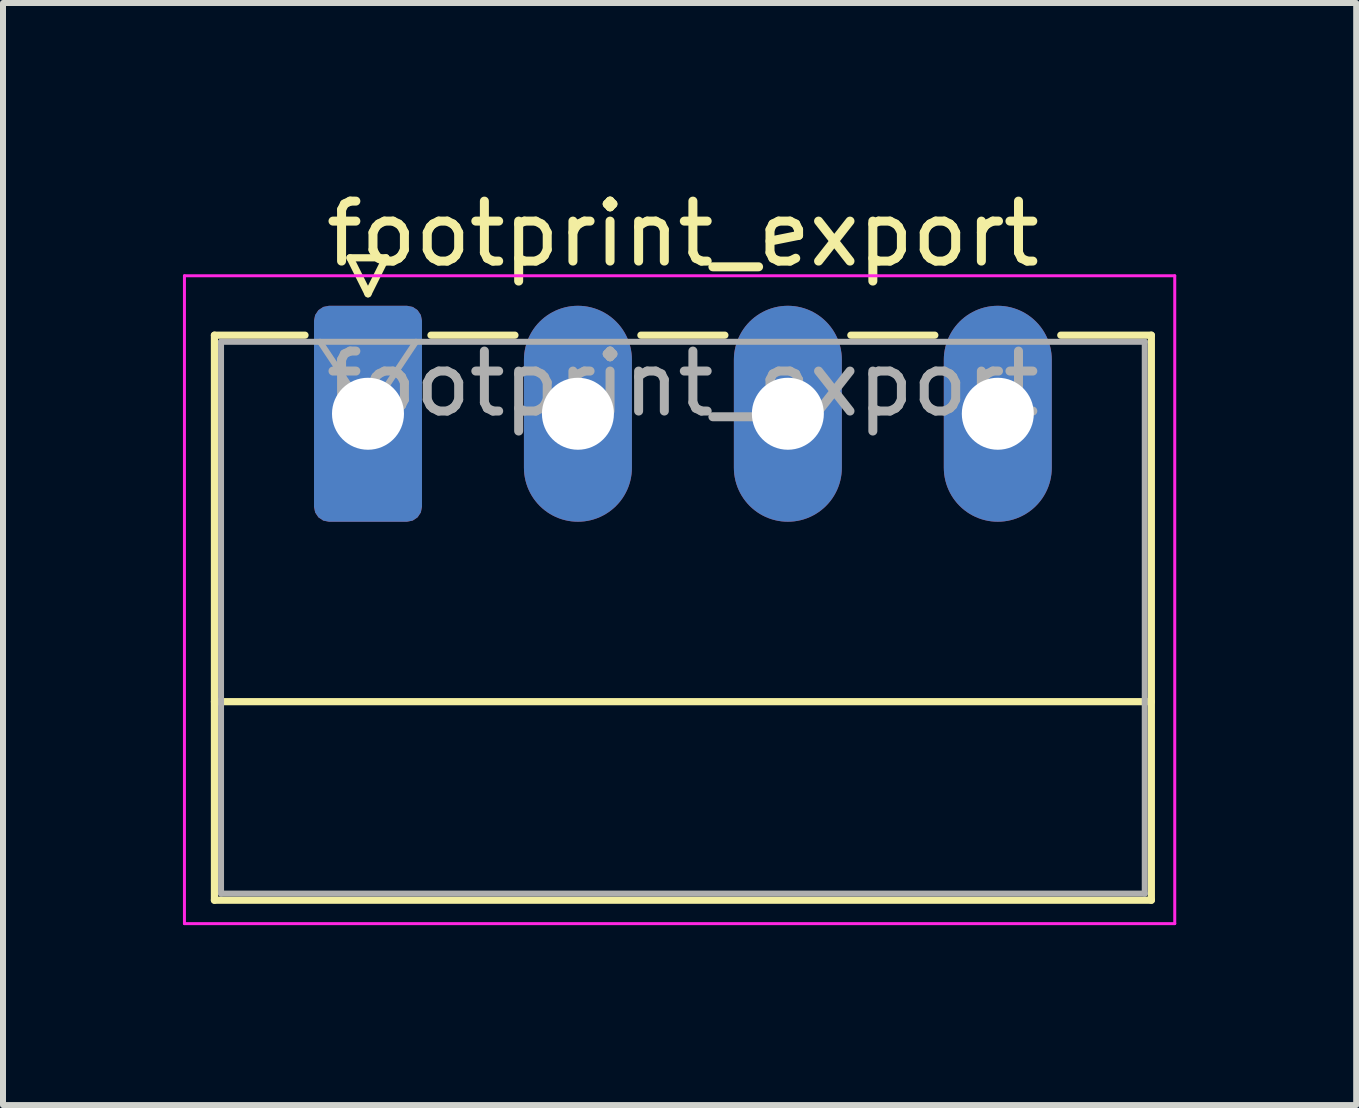
<source format=kicad_pcb>
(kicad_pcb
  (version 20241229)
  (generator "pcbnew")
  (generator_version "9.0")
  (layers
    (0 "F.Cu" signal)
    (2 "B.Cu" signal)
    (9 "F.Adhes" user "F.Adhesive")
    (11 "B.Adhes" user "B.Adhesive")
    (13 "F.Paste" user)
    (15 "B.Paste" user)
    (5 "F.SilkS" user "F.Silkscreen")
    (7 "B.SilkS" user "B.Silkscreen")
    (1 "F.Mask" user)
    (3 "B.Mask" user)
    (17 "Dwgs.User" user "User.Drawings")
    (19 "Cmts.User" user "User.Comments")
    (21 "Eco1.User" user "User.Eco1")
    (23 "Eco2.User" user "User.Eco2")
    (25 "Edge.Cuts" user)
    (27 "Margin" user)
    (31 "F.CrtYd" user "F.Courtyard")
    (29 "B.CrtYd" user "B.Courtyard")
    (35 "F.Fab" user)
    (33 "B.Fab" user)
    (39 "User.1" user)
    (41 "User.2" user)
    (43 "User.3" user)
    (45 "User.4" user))
  (footprint "footprint_export"
    (layer "F.Cu")
    (at 3.085 3.848)
    (property "Reference" "footprint_export" (at 5.25 -3 0) (layer "F.SilkS") (effects (font (size 1 1) (thickness 0.15))))
    (attr through_hole)
    (fp_line (start -2.56 -1.31) (end -2.56 8.11) (stroke (width 0.12) (type solid)) (layer "F.SilkS"))
    (fp_line (start -2.56 -1.31) (end -1.05 -1.31) (stroke (width 0.12) (type solid)) (layer "F.SilkS"))
    (fp_line (start -2.56 4.8) (end 13.06 4.8) (stroke (width 0.12) (type solid)) (layer "F.SilkS"))
    (fp_line (start -2.56 8.11) (end 13.06 8.11) (stroke (width 0.12) (type solid)) (layer "F.SilkS"))
    (fp_line (start -0.3 -2.6) (end 0.3 -2.6) (stroke (width 0.12) (type solid)) (layer "F.SilkS"))
    (fp_line (start 0 -2) (end -0.3 -2.6) (stroke (width 0.12) (type solid)) (layer "F.SilkS"))
    (fp_line (start 0.3 -2.6) (end 0 -2) (stroke (width 0.12) (type solid)) (layer "F.SilkS"))
    (fp_line (start 1.05 -1.31) (end 2.45 -1.31) (stroke (width 0.12) (type solid)) (layer "F.SilkS"))
    (fp_line (start 4.55 -1.31) (end 5.95 -1.31) (stroke (width 0.12) (type solid)) (layer "F.SilkS"))
    (fp_line (start 8.05 -1.31) (end 9.45 -1.31) (stroke (width 0.12) (type solid)) (layer "F.SilkS"))
    (fp_line (start 13.06 -1.31) (end 11.55 -1.31) (stroke (width 0.12) (type solid)) (layer "F.SilkS"))
    (fp_line (start 13.06 8.11) (end 13.06 -1.31) (stroke (width 0.12) (type solid)) (layer "F.SilkS"))
    (fp_line (start -3.06 -2.3) (end -3.06 8.5) (stroke (width 0.05) (type solid)) (layer "F.CrtYd"))
    (fp_line (start -3.06 8.5) (end 13.45 8.5) (stroke (width 0.05) (type solid)) (layer "F.CrtYd"))
    (fp_line (start 13.45 -2.3) (end -3.06 -2.3) (stroke (width 0.05) (type solid)) (layer "F.CrtYd"))
    (fp_line (start 13.45 8.5) (end 13.45 -2.3) (stroke (width 0.05) (type solid)) (layer "F.CrtYd"))
    (fp_line (start -2.45 -1.2) (end -2.45 8) (stroke (width 0.1) (type solid)) (layer "F.Fab"))
    (fp_line (start -2.45 8) (end 12.95 8) (stroke (width 0.1) (type solid)) (layer "F.Fab"))
    (fp_line (start 0 0) (end -0.8 -1.2) (stroke (width 0.1) (type solid)) (layer "F.Fab"))
    (fp_line (start 0.8 -1.2) (end 0 0) (stroke (width 0.1) (type solid)) (layer "F.Fab"))
    (fp_line (start 12.95 -1.2) (end -2.45 -1.2) (stroke (width 0.1) (type solid)) (layer "F.Fab"))
    (fp_line (start 12.95 8) (end 12.95 -1.2) (stroke (width 0.1) (type solid)) (layer "F.Fab"))
    (fp_text user "${REFERENCE}" (at 5.25 -0.5 0) (layer "F.Fab") (effects (font (size 1 1) (thickness 0.15))))
    (pad "1" thru_hole roundrect (at 0 0) (size 1.8 3.6) (drill 1.2) (layers "*.Cu" "*.Mask") (roundrect_rratio 0.139))
    (pad "2" thru_hole oval (at 3.5 0) (size 1.8 3.6) (drill 1.2) (layers "*.Cu" "*.Mask"))
    (pad "3" thru_hole oval (at 7 0) (size 1.8 3.6) (drill 1.2) (layers "*.Cu" "*.Mask"))
    (pad "4" thru_hole oval (at 10.5 0) (size 1.8 3.6) (drill 1.2) (layers "*.Cu" "*.Mask")))
  (gr_rect
    (start -3 -3)
    (end 19.56 15.373)
    (stroke (width 0.1) (type default))
    (fill no)
    (layer "Edge.Cuts")))
</source>
